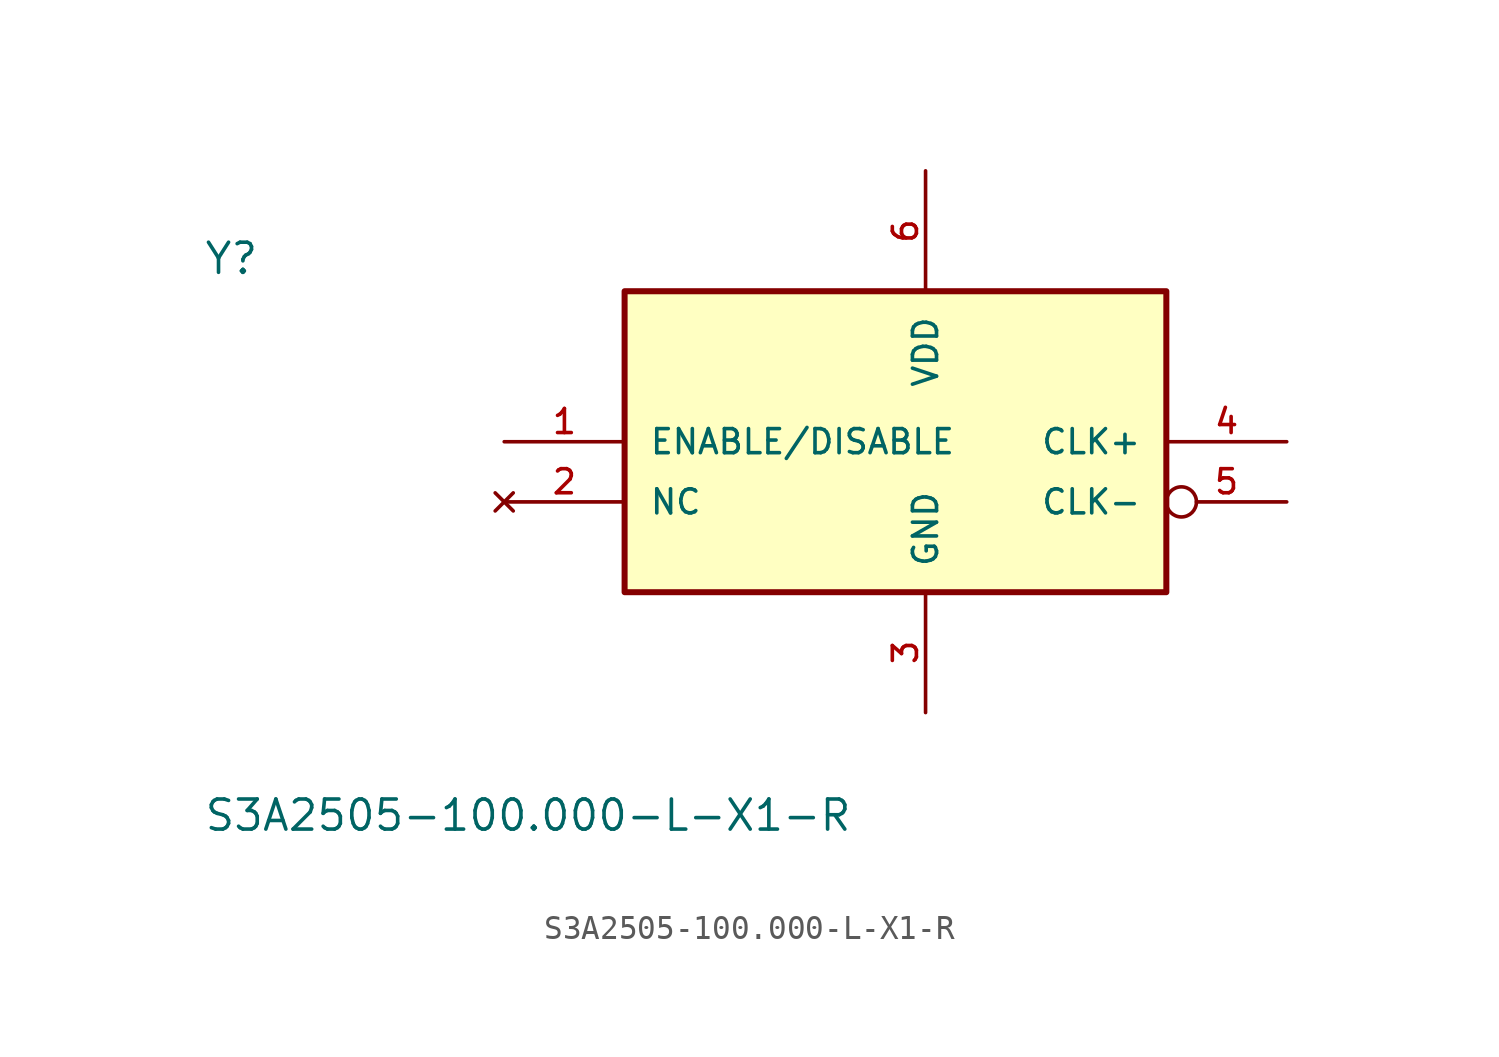
<source format=kicad_sym>
(kicad_symbol_lib
  (version 20241209)
  (generator "kicad_symbol_editor")
  (generator_version "9.0")
  (symbol "S3A2505-100.000-L-X1-R"
    (pin_names
      (offset 1.016))
    (property "Reference" "Y"
      (at -20.32 10.795 0)
      (effects (font (size 1.27 1.27)) (justify left bottom)))
    (property "Value" "S3A2505-100.000-L-X1-R"
      (at -20.32 -12.7 0)
      (effects (font (size 1.27 1.27)) (justify left bottom)))
    (symbol "S3A2505-100.000-L-X1-R_0_0"
      (rectangle (start -2.54 10.16) (end 20.32 -2.54) (stroke (width 0.254) (type default)) (fill (type background)))
      (pin passive line (at -7.62 3.81 0) (length 5.08) (name "ENABLE/DISABLE" (effects (font (size 1.016 1.016)))) (number "1" (effects (font (size 1.016 1.016)))))
      (pin no_connect line (at -7.62 1.27 0) (length 5.08) (name "NC" (effects (font (size 1.016 1.016)))) (number "2" (effects (font (size 1.016 1.016)))))
      (pin power_in line (at 10.16 15.24 270) (length 5.08) (name "VDD" (effects (font (size 1.016 1.016)))) (number "6" (effects (font (size 1.016 1.016)))))
      (pin power_in line (at 10.16 -7.62 90) (length 5.08) (name "GND" (effects (font (size 1.016 1.016)))) (number "3" (effects (font (size 1.016 1.016))))))
    (symbol "S3A2505-100.000-L-X1-R_1_0"
      (pin output line (at 25.4 3.81 180) (length 5.08) (name "CLK+" (effects (font (size 1.016 1.016)))) (number "4" (effects (font (size 1.016 1.016)))))
      (pin output inverted (at 25.4 1.27 180) (length 5.08) (name "CLK-" (effects (font (size 1.016 1.016)))) (number "5" (effects (font (size 1.016 1.016))))))))
</source>
